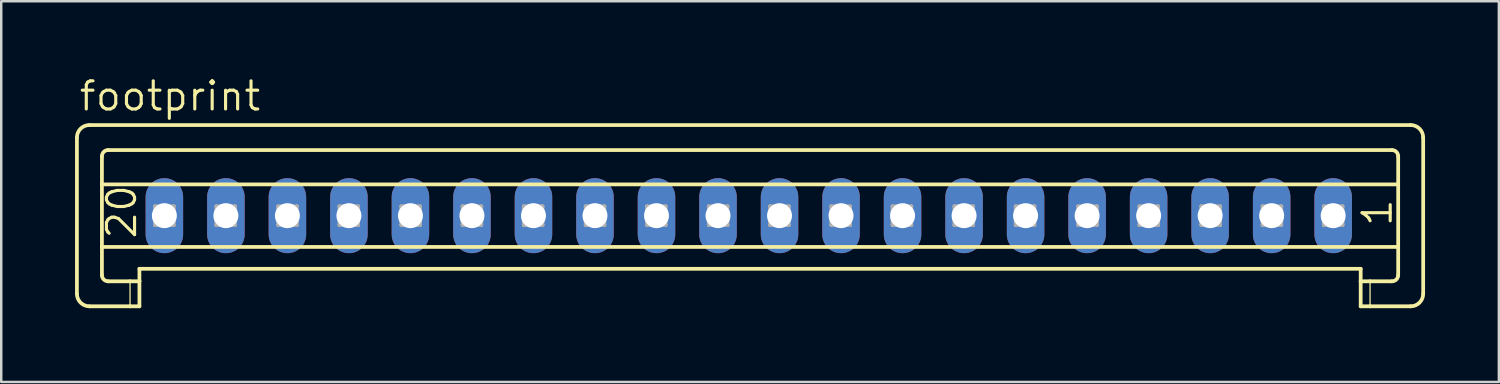
<source format=kicad_pcb>
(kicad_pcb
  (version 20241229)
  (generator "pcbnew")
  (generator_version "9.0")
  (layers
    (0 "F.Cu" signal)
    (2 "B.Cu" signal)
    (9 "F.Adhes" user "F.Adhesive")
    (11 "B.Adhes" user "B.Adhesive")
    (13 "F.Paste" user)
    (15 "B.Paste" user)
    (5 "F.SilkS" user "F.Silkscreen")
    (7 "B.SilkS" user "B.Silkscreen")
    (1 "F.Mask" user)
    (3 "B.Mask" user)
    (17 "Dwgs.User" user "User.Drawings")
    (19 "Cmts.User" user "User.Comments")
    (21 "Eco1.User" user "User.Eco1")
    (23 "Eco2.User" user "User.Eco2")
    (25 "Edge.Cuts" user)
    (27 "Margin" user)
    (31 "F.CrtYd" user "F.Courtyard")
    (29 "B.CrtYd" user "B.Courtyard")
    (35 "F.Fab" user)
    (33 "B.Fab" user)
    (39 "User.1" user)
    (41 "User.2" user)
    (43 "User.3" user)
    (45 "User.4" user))
  (footprint "footprint"
    (layer "F.Cu")
    (at 27.38 5.715)
    (property "Reference" "footprint" (at -27.279 -4.191 0) (layer "F.SilkS") (effects (font (size 1.143 1.143) (thickness 0.127)) (justify left bottom)))
    (fp_line (start -27.304 -3.175) (end -27.304 3.175) (stroke (width 0.152) (type solid)) (layer "F.SilkS"))
    (fp_line (start -26.796 -3.683) (end 26.9 -3.683) (stroke (width 0.152) (type solid)) (layer "F.SilkS"))
    (fp_line (start -26.288 -1.27) (end -26.288 -2.413) (stroke (width 0.152) (type solid)) (layer "F.SilkS"))
    (fp_line (start -26.288 -1.27) (end 26.392 -1.27) (stroke (width 0.152) (type solid)) (layer "F.SilkS"))
    (fp_line (start -26.288 1.27) (end -26.288 -1.27) (stroke (width 0.152) (type solid)) (layer "F.SilkS"))
    (fp_line (start -26.288 1.27) (end 26.392 1.27) (stroke (width 0.152) (type solid)) (layer "F.SilkS"))
    (fp_line (start -26.288 2.413) (end -26.288 1.27) (stroke (width 0.152) (type solid)) (layer "F.SilkS"))
    (fp_line (start -26.034 -2.667) (end 26.138 -2.667) (stroke (width 0.152) (type solid)) (layer "F.SilkS"))
    (fp_line (start -26.034 2.667) (end -25.145 2.667) (stroke (width 0.152) (type solid)) (layer "F.SilkS"))
    (fp_line (start -25.145 2.667) (end -25.145 3.683) (stroke (width 0.051) (type solid)) (layer "F.SilkS"))
    (fp_line (start -25.145 2.667) (end -24.764 2.667) (stroke (width 0.152) (type solid)) (layer "F.SilkS"))
    (fp_line (start -25.145 3.683) (end -26.796 3.683) (stroke (width 0.152) (type solid)) (layer "F.SilkS"))
    (fp_line (start -24.764 2.159) (end 24.868 2.159) (stroke (width 0.152) (type solid)) (layer "F.SilkS"))
    (fp_line (start -24.764 2.667) (end -24.764 2.159) (stroke (width 0.152) (type solid)) (layer "F.SilkS"))
    (fp_line (start -24.764 2.667) (end -24.764 3.683) (stroke (width 0.152) (type solid)) (layer "F.SilkS"))
    (fp_line (start -24.764 3.683) (end -25.145 3.683) (stroke (width 0.152) (type solid)) (layer "F.SilkS"))
    (fp_line (start 24.868 2.667) (end 24.868 2.159) (stroke (width 0.152) (type solid)) (layer "F.SilkS"))
    (fp_line (start 24.868 2.667) (end 25.249 2.667) (stroke (width 0.152) (type solid)) (layer "F.SilkS"))
    (fp_line (start 24.868 3.683) (end 24.868 2.667) (stroke (width 0.152) (type solid)) (layer "F.SilkS"))
    (fp_line (start 25.249 2.667) (end 25.249 3.683) (stroke (width 0.051) (type solid)) (layer "F.SilkS"))
    (fp_line (start 25.249 2.667) (end 26.138 2.667) (stroke (width 0.152) (type solid)) (layer "F.SilkS"))
    (fp_line (start 25.249 3.683) (end 24.868 3.683) (stroke (width 0.152) (type solid)) (layer "F.SilkS"))
    (fp_line (start 26.392 -1.27) (end 26.392 -2.413) (stroke (width 0.152) (type solid)) (layer "F.SilkS"))
    (fp_line (start 26.392 1.27) (end 26.392 -1.27) (stroke (width 0.152) (type solid)) (layer "F.SilkS"))
    (fp_line (start 26.392 2.413) (end 26.392 1.27) (stroke (width 0.152) (type solid)) (layer "F.SilkS"))
    (fp_line (start 26.9 3.683) (end 25.249 3.683) (stroke (width 0.152) (type solid)) (layer "F.SilkS"))
    (fp_line (start 27.408 -3.175) (end 27.408 3.175) (stroke (width 0.152) (type solid)) (layer "F.SilkS"))
    (fp_arc (start -27.304 -3.175) (mid -27.15521 -3.53421) (end -26.796 -3.683) (stroke (width 0.1524) (type solid)) (layer "F.SilkS"))
    (fp_arc (start -26.796 3.683) (mid -27.15521 3.53421) (end -27.304 3.175) (stroke (width 0.1524) (type solid)) (layer "F.SilkS"))
    (fp_arc (start -26.288 -2.413) (mid -26.213605 -2.592605) (end -26.034 -2.667) (stroke (width 0.1524) (type solid)) (layer "F.SilkS"))
    (fp_arc (start -26.034 2.667) (mid -26.213605 2.592605) (end -26.288 2.413) (stroke (width 0.1524) (type solid)) (layer "F.SilkS"))
    (fp_arc (start 26.138 -2.667) (mid 26.317605 -2.592605) (end 26.392 -2.413) (stroke (width 0.1524) (type solid)) (layer "F.SilkS"))
    (fp_arc (start 26.392 2.413) (mid 26.317605 2.592605) (end 26.138 2.667) (stroke (width 0.1524) (type solid)) (layer "F.SilkS"))
    (fp_arc (start 26.9 -3.683) (mid 27.25921 -3.53421) (end 27.408 -3.175) (stroke (width 0.1524) (type solid)) (layer "F.SilkS"))
    (fp_arc (start 27.408 3.175) (mid 27.25921 3.53421) (end 26.9 3.683) (stroke (width 0.1524) (type solid)) (layer "F.SilkS"))
    (fp_line (start -24.129 -0.381) (end -24.129 0.381) (stroke (width 0.152) (type solid)) (layer "F.Fab"))
    (fp_line (start -24.129 -0.381) (end -23.367 0.381) (stroke (width 0.152) (type solid)) (layer "F.Fab"))
    (fp_line (start -24.129 0.381) (end -23.367 0.381) (stroke (width 0.152) (type solid)) (layer "F.Fab"))
    (fp_line (start -23.367 -0.381) (end -24.129 -0.381) (stroke (width 0.152) (type solid)) (layer "F.Fab"))
    (fp_line (start -23.367 -0.381) (end -24.129 0.381) (stroke (width 0.152) (type solid)) (layer "F.Fab"))
    (fp_line (start -23.367 0.381) (end -23.367 -0.381) (stroke (width 0.152) (type solid)) (layer "F.Fab"))
    (fp_line (start -21.64 -0.381) (end -21.64 0.381) (stroke (width 0.152) (type solid)) (layer "F.Fab"))
    (fp_line (start -21.64 -0.381) (end -20.878 0.381) (stroke (width 0.152) (type solid)) (layer "F.Fab"))
    (fp_line (start -21.64 0.381) (end -20.878 0.381) (stroke (width 0.152) (type solid)) (layer "F.Fab"))
    (fp_line (start -20.878 -0.381) (end -21.64 -0.381) (stroke (width 0.152) (type solid)) (layer "F.Fab"))
    (fp_line (start -20.878 -0.381) (end -21.64 0.381) (stroke (width 0.152) (type solid)) (layer "F.Fab"))
    (fp_line (start -20.878 0.381) (end -20.878 -0.381) (stroke (width 0.152) (type solid)) (layer "F.Fab"))
    (fp_line (start -19.125 -0.381) (end -19.125 0.381) (stroke (width 0.152) (type solid)) (layer "F.Fab"))
    (fp_line (start -19.125 -0.381) (end -18.363 0.381) (stroke (width 0.152) (type solid)) (layer "F.Fab"))
    (fp_line (start -19.125 0.381) (end -18.363 0.381) (stroke (width 0.152) (type solid)) (layer "F.Fab"))
    (fp_line (start -18.363 -0.381) (end -19.125 -0.381) (stroke (width 0.152) (type solid)) (layer "F.Fab"))
    (fp_line (start -18.363 -0.381) (end -19.125 0.381) (stroke (width 0.152) (type solid)) (layer "F.Fab"))
    (fp_line (start -18.363 0.381) (end -18.363 -0.381) (stroke (width 0.152) (type solid)) (layer "F.Fab"))
    (fp_line (start -16.636 -0.381) (end -16.636 0.381) (stroke (width 0.152) (type solid)) (layer "F.Fab"))
    (fp_line (start -16.636 -0.381) (end -15.874 0.381) (stroke (width 0.152) (type solid)) (layer "F.Fab"))
    (fp_line (start -16.636 0.381) (end -15.874 0.381) (stroke (width 0.152) (type solid)) (layer "F.Fab"))
    (fp_line (start -15.874 -0.381) (end -16.636 -0.381) (stroke (width 0.152) (type solid)) (layer "F.Fab"))
    (fp_line (start -15.874 -0.381) (end -16.636 0.381) (stroke (width 0.152) (type solid)) (layer "F.Fab"))
    (fp_line (start -15.874 0.381) (end -15.874 -0.381) (stroke (width 0.152) (type solid)) (layer "F.Fab"))
    (fp_line (start -14.121 -0.381) (end -14.121 0.381) (stroke (width 0.152) (type solid)) (layer "F.Fab"))
    (fp_line (start -14.121 -0.381) (end -13.359 0.381) (stroke (width 0.152) (type solid)) (layer "F.Fab"))
    (fp_line (start -14.121 0.381) (end -13.359 0.381) (stroke (width 0.152) (type solid)) (layer "F.Fab"))
    (fp_line (start -13.359 -0.381) (end -14.121 -0.381) (stroke (width 0.152) (type solid)) (layer "F.Fab"))
    (fp_line (start -13.359 -0.381) (end -14.121 0.381) (stroke (width 0.152) (type solid)) (layer "F.Fab"))
    (fp_line (start -13.359 0.381) (end -13.359 -0.381) (stroke (width 0.152) (type solid)) (layer "F.Fab"))
    (fp_line (start -11.632 -0.381) (end -11.632 0.381) (stroke (width 0.152) (type solid)) (layer "F.Fab"))
    (fp_line (start -11.632 -0.381) (end -10.87 0.381) (stroke (width 0.152) (type solid)) (layer "F.Fab"))
    (fp_line (start -11.632 0.381) (end -10.87 0.381) (stroke (width 0.152) (type solid)) (layer "F.Fab"))
    (fp_line (start -10.87 -0.381) (end -11.632 -0.381) (stroke (width 0.152) (type solid)) (layer "F.Fab"))
    (fp_line (start -10.87 -0.381) (end -11.632 0.381) (stroke (width 0.152) (type solid)) (layer "F.Fab"))
    (fp_line (start -10.87 0.381) (end -10.87 -0.381) (stroke (width 0.152) (type solid)) (layer "F.Fab"))
    (fp_line (start -9.143 -0.381) (end -9.143 0.381) (stroke (width 0.152) (type solid)) (layer "F.Fab"))
    (fp_line (start -9.143 -0.381) (end -8.381 0.381) (stroke (width 0.152) (type solid)) (layer "F.Fab"))
    (fp_line (start -9.143 0.381) (end -8.381 0.381) (stroke (width 0.152) (type solid)) (layer "F.Fab"))
    (fp_line (start -8.381 -0.381) (end -9.143 -0.381) (stroke (width 0.152) (type solid)) (layer "F.Fab"))
    (fp_line (start -8.381 -0.381) (end -9.143 0.381) (stroke (width 0.152) (type solid)) (layer "F.Fab"))
    (fp_line (start -8.381 0.381) (end -8.381 -0.381) (stroke (width 0.152) (type solid)) (layer "F.Fab"))
    (fp_line (start -6.628 -0.381) (end -6.628 0.381) (stroke (width 0.152) (type solid)) (layer "F.Fab"))
    (fp_line (start -6.628 -0.381) (end -5.866 0.381) (stroke (width 0.152) (type solid)) (layer "F.Fab"))
    (fp_line (start -6.628 0.381) (end -5.866 0.381) (stroke (width 0.152) (type solid)) (layer "F.Fab"))
    (fp_line (start -5.866 -0.381) (end -6.628 -0.381) (stroke (width 0.152) (type solid)) (layer "F.Fab"))
    (fp_line (start -5.866 -0.381) (end -6.628 0.381) (stroke (width 0.152) (type solid)) (layer "F.Fab"))
    (fp_line (start -5.866 0.381) (end -5.866 -0.381) (stroke (width 0.152) (type solid)) (layer "F.Fab"))
    (fp_line (start -4.139 -0.381) (end -4.139 0.381) (stroke (width 0.152) (type solid)) (layer "F.Fab"))
    (fp_line (start -4.139 -0.381) (end -3.377 0.381) (stroke (width 0.152) (type solid)) (layer "F.Fab"))
    (fp_line (start -4.139 0.381) (end -3.377 0.381) (stroke (width 0.152) (type solid)) (layer "F.Fab"))
    (fp_line (start -3.377 -0.381) (end -4.139 -0.381) (stroke (width 0.152) (type solid)) (layer "F.Fab"))
    (fp_line (start -3.377 -0.381) (end -4.139 0.381) (stroke (width 0.152) (type solid)) (layer "F.Fab"))
    (fp_line (start -3.377 0.381) (end -3.377 -0.381) (stroke (width 0.152) (type solid)) (layer "F.Fab"))
    (fp_line (start -1.625 -0.381) (end -1.625 0.381) (stroke (width 0.152) (type solid)) (layer "F.Fab"))
    (fp_line (start -1.625 -0.381) (end -0.863 0.381) (stroke (width 0.152) (type solid)) (layer "F.Fab"))
    (fp_line (start -1.625 0.381) (end -0.863 0.381) (stroke (width 0.152) (type solid)) (layer "F.Fab"))
    (fp_line (start -0.863 -0.381) (end -1.625 -0.381) (stroke (width 0.152) (type solid)) (layer "F.Fab"))
    (fp_line (start -0.863 -0.381) (end -1.625 0.381) (stroke (width 0.152) (type solid)) (layer "F.Fab"))
    (fp_line (start -0.863 0.381) (end -0.863 -0.381) (stroke (width 0.152) (type solid)) (layer "F.Fab"))
    (fp_line (start 0.865 -0.381) (end 0.865 0.381) (stroke (width 0.152) (type solid)) (layer "F.Fab"))
    (fp_line (start 0.865 -0.381) (end 1.627 0.381) (stroke (width 0.152) (type solid)) (layer "F.Fab"))
    (fp_line (start 0.865 0.381) (end 1.627 0.381) (stroke (width 0.152) (type solid)) (layer "F.Fab"))
    (fp_line (start 1.627 -0.381) (end 0.865 -0.381) (stroke (width 0.152) (type solid)) (layer "F.Fab"))
    (fp_line (start 1.627 -0.381) (end 0.865 0.381) (stroke (width 0.152) (type solid)) (layer "F.Fab"))
    (fp_line (start 1.627 0.381) (end 1.627 -0.381) (stroke (width 0.152) (type solid)) (layer "F.Fab"))
    (fp_line (start 3.354 -0.381) (end 3.354 0.381) (stroke (width 0.152) (type solid)) (layer "F.Fab"))
    (fp_line (start 3.354 -0.381) (end 4.116 0.381) (stroke (width 0.152) (type solid)) (layer "F.Fab"))
    (fp_line (start 3.354 0.381) (end 4.116 0.381) (stroke (width 0.152) (type solid)) (layer "F.Fab"))
    (fp_line (start 4.116 -0.381) (end 3.354 -0.381) (stroke (width 0.152) (type solid)) (layer "F.Fab"))
    (fp_line (start 4.116 -0.381) (end 3.354 0.381) (stroke (width 0.152) (type solid)) (layer "F.Fab"))
    (fp_line (start 4.116 0.381) (end 4.116 -0.381) (stroke (width 0.152) (type solid)) (layer "F.Fab"))
    (fp_line (start 5.843 -0.381) (end 5.843 0.381) (stroke (width 0.152) (type solid)) (layer "F.Fab"))
    (fp_line (start 5.843 -0.381) (end 6.605 0.381) (stroke (width 0.152) (type solid)) (layer "F.Fab"))
    (fp_line (start 5.843 0.381) (end 6.605 0.381) (stroke (width 0.152) (type solid)) (layer "F.Fab"))
    (fp_line (start 6.605 -0.381) (end 5.843 -0.381) (stroke (width 0.152) (type solid)) (layer "F.Fab"))
    (fp_line (start 6.605 -0.381) (end 5.843 0.381) (stroke (width 0.152) (type solid)) (layer "F.Fab"))
    (fp_line (start 6.605 0.381) (end 6.605 -0.381) (stroke (width 0.152) (type solid)) (layer "F.Fab"))
    (fp_line (start 8.358 -0.381) (end 8.358 0.381) (stroke (width 0.152) (type solid)) (layer "F.Fab"))
    (fp_line (start 8.358 -0.381) (end 9.12 0.381) (stroke (width 0.152) (type solid)) (layer "F.Fab"))
    (fp_line (start 8.358 0.381) (end 9.12 0.381) (stroke (width 0.152) (type solid)) (layer "F.Fab"))
    (fp_line (start 9.12 -0.381) (end 8.358 -0.381) (stroke (width 0.152) (type solid)) (layer "F.Fab"))
    (fp_line (start 9.12 -0.381) (end 8.358 0.381) (stroke (width 0.152) (type solid)) (layer "F.Fab"))
    (fp_line (start 9.12 0.381) (end 9.12 -0.381) (stroke (width 0.152) (type solid)) (layer "F.Fab"))
    (fp_line (start 10.847 -0.381) (end 10.847 0.381) (stroke (width 0.152) (type solid)) (layer "F.Fab"))
    (fp_line (start 10.847 -0.381) (end 11.609 0.381) (stroke (width 0.152) (type solid)) (layer "F.Fab"))
    (fp_line (start 10.847 0.381) (end 11.609 0.381) (stroke (width 0.152) (type solid)) (layer "F.Fab"))
    (fp_line (start 11.609 -0.381) (end 10.847 -0.381) (stroke (width 0.152) (type solid)) (layer "F.Fab"))
    (fp_line (start 11.609 -0.381) (end 10.847 0.381) (stroke (width 0.152) (type solid)) (layer "F.Fab"))
    (fp_line (start 11.609 0.381) (end 11.609 -0.381) (stroke (width 0.152) (type solid)) (layer "F.Fab"))
    (fp_line (start 13.387 -0.381) (end 13.387 0.381) (stroke (width 0.152) (type solid)) (layer "F.Fab"))
    (fp_line (start 13.387 -0.381) (end 14.149 0.381) (stroke (width 0.152) (type solid)) (layer "F.Fab"))
    (fp_line (start 13.387 0.381) (end 14.149 0.381) (stroke (width 0.152) (type solid)) (layer "F.Fab"))
    (fp_line (start 14.149 -0.381) (end 13.387 -0.381) (stroke (width 0.152) (type solid)) (layer "F.Fab"))
    (fp_line (start 14.149 -0.381) (end 13.387 0.381) (stroke (width 0.152) (type solid)) (layer "F.Fab"))
    (fp_line (start 14.149 0.381) (end 14.149 -0.381) (stroke (width 0.152) (type solid)) (layer "F.Fab"))
    (fp_line (start 15.876 -0.381) (end 15.876 0.381) (stroke (width 0.152) (type solid)) (layer "F.Fab"))
    (fp_line (start 15.876 -0.381) (end 16.638 0.381) (stroke (width 0.152) (type solid)) (layer "F.Fab"))
    (fp_line (start 15.876 0.381) (end 16.638 0.381) (stroke (width 0.152) (type solid)) (layer "F.Fab"))
    (fp_line (start 16.638 -0.381) (end 15.876 -0.381) (stroke (width 0.152) (type solid)) (layer "F.Fab"))
    (fp_line (start 16.638 -0.381) (end 15.876 0.381) (stroke (width 0.152) (type solid)) (layer "F.Fab"))
    (fp_line (start 16.638 0.381) (end 16.638 -0.381) (stroke (width 0.152) (type solid)) (layer "F.Fab"))
    (fp_line (start 18.391 -0.381) (end 18.391 0.381) (stroke (width 0.152) (type solid)) (layer "F.Fab"))
    (fp_line (start 18.391 -0.381) (end 19.153 0.381) (stroke (width 0.152) (type solid)) (layer "F.Fab"))
    (fp_line (start 18.391 0.381) (end 19.153 0.381) (stroke (width 0.152) (type solid)) (layer "F.Fab"))
    (fp_line (start 19.153 -0.381) (end 18.391 -0.381) (stroke (width 0.152) (type solid)) (layer "F.Fab"))
    (fp_line (start 19.153 -0.381) (end 18.391 0.381) (stroke (width 0.152) (type solid)) (layer "F.Fab"))
    (fp_line (start 19.153 0.381) (end 19.153 -0.381) (stroke (width 0.152) (type solid)) (layer "F.Fab"))
    (fp_line (start 20.88 -0.381) (end 20.88 0.381) (stroke (width 0.152) (type solid)) (layer "F.Fab"))
    (fp_line (start 20.88 -0.381) (end 21.642 0.381) (stroke (width 0.152) (type solid)) (layer "F.Fab"))
    (fp_line (start 20.88 0.381) (end 21.642 0.381) (stroke (width 0.152) (type solid)) (layer "F.Fab"))
    (fp_line (start 21.642 -0.381) (end 20.88 -0.381) (stroke (width 0.152) (type solid)) (layer "F.Fab"))
    (fp_line (start 21.642 -0.381) (end 20.88 0.381) (stroke (width 0.152) (type solid)) (layer "F.Fab"))
    (fp_line (start 21.642 0.381) (end 21.642 -0.381) (stroke (width 0.152) (type solid)) (layer "F.Fab"))
    (fp_line (start 23.369 -0.381) (end 23.369 0.381) (stroke (width 0.152) (type solid)) (layer "F.Fab"))
    (fp_line (start 23.369 -0.381) (end 24.131 0.381) (stroke (width 0.152) (type solid)) (layer "F.Fab"))
    (fp_line (start 23.369 0.381) (end 24.131 0.381) (stroke (width 0.152) (type solid)) (layer "F.Fab"))
    (fp_line (start 24.131 -0.381) (end 23.369 -0.381) (stroke (width 0.152) (type solid)) (layer "F.Fab"))
    (fp_line (start 24.131 -0.381) (end 23.369 0.381) (stroke (width 0.152) (type solid)) (layer "F.Fab"))
    (fp_line (start 24.131 0.381) (end 24.131 -0.381) (stroke (width 0.152) (type solid)) (layer "F.Fab"))
    (fp_text user "20" (at -24.815 1.016 90) (layer "F.SilkS") (effects (font (size 1.143 1.143) (thickness 0.127)) (justify left bottom)))
    (fp_text user "1" (at 26.214 0.508 90) (layer "F.SilkS") (effects (font (size 1.143 1.143) (thickness 0.127)) (justify left bottom)))
    (pad "1" thru_hole oval (at 23.75 0 90) (size 3.048 1.524) (drill 1.016) (layers "*.Cu" "*.Mask"))
    (pad "2" thru_hole oval (at 21.25 0 90) (size 3.048 1.524) (drill 1.016) (layers "*.Cu" "*.Mask"))
    (pad "3" thru_hole oval (at 18.75 0 90) (size 3.048 1.524) (drill 1.016) (layers "*.Cu" "*.Mask"))
    (pad "4" thru_hole oval (at 16.25 0 90) (size 3.048 1.524) (drill 1.016) (layers "*.Cu" "*.Mask"))
    (pad "5" thru_hole oval (at 13.75 0 90) (size 3.048 1.524) (drill 1.016) (layers "*.Cu" "*.Mask"))
    (pad "6" thru_hole oval (at 11.25 0 90) (size 3.048 1.524) (drill 1.016) (layers "*.Cu" "*.Mask"))
    (pad "7" thru_hole oval (at 8.75 0 90) (size 3.048 1.524) (drill 1.016) (layers "*.Cu" "*.Mask"))
    (pad "8" thru_hole oval (at 6.25 0 90) (size 3.048 1.524) (drill 1.016) (layers "*.Cu" "*.Mask"))
    (pad "9" thru_hole oval (at 3.75 0 90) (size 3.048 1.524) (drill 1.016) (layers "*.Cu" "*.Mask"))
    (pad "10" thru_hole oval (at 1.25 0 90) (size 3.048 1.524) (drill 1.016) (layers "*.Cu" "*.Mask"))
    (pad "11" thru_hole oval (at -1.25 0 90) (size 3.048 1.524) (drill 1.016) (layers "*.Cu" "*.Mask"))
    (pad "12" thru_hole oval (at -3.75 0 90) (size 3.048 1.524) (drill 1.016) (layers "*.Cu" "*.Mask"))
    (pad "13" thru_hole oval (at -6.25 0 90) (size 3.048 1.524) (drill 1.016) (layers "*.Cu" "*.Mask"))
    (pad "14" thru_hole oval (at -8.75 0 90) (size 3.048 1.524) (drill 1.016) (layers "*.Cu" "*.Mask"))
    (pad "15" thru_hole oval (at -11.25 0 90) (size 3.048 1.524) (drill 1.016) (layers "*.Cu" "*.Mask"))
    (pad "16" thru_hole oval (at -13.75 0 90) (size 3.048 1.524) (drill 1.016) (layers "*.Cu" "*.Mask"))
    (pad "17" thru_hole oval (at -16.25 0 90) (size 3.048 1.524) (drill 1.016) (layers "*.Cu" "*.Mask"))
    (pad "18" thru_hole oval (at -18.75 0 90) (size 3.048 1.524) (drill 1.016) (layers "*.Cu" "*.Mask"))
    (pad "19" thru_hole oval (at -21.25 0 90) (size 3.048 1.524) (drill 1.016) (layers "*.Cu" "*.Mask"))
    (pad "20" thru_hole oval (at -23.75 0 90) (size 3.048 1.524) (drill 1.016) (layers "*.Cu" "*.Mask")))
  (gr_rect
    (start -3 -3)
    (end 57.864 12.474)
    (stroke (width 0.1) (type default))
    (fill no)
    (layer "Edge.Cuts")))
</source>
